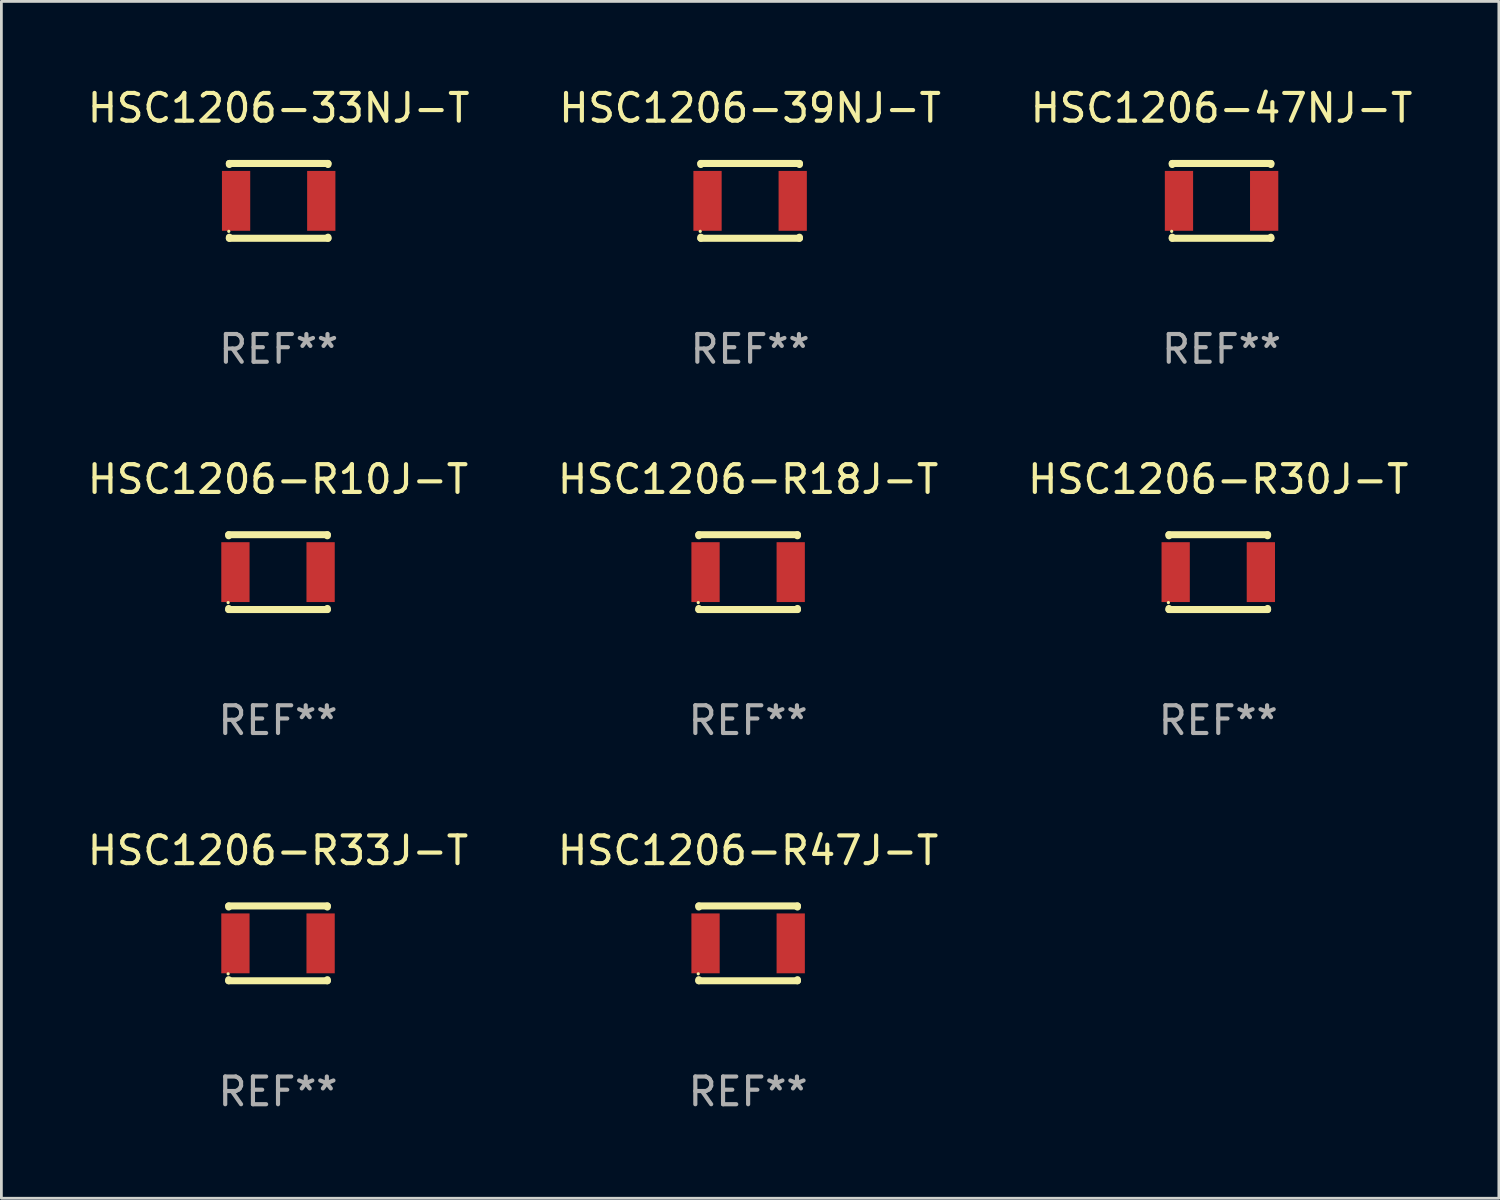
<source format=kicad_pcb>
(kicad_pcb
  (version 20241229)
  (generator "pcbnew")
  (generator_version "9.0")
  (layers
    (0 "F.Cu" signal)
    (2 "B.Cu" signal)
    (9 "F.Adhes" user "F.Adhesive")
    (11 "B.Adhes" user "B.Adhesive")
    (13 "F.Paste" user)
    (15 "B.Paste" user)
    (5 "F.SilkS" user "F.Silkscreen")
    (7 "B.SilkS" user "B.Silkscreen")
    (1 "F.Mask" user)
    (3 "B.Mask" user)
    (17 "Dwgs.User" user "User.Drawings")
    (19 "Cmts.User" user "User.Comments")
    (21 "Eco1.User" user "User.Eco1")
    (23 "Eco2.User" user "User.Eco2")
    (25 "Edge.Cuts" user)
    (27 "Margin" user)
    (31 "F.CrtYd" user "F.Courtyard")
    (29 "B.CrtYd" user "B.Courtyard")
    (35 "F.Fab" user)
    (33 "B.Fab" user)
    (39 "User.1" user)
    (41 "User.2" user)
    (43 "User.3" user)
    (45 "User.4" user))
  (footprint "HSC1206-39NJ-T"
    (layer "F.Cu")
    (at 24.018 4.198)
    (property "Reference" "HSC1206-39NJ-T" (at 0 -3.35 0) (layer "F.SilkS") (effects (font (size 1 1) (thickness 0.15))))
    (attr through_hole)
    (fp_line (start -1.78 -1.35) (end 1.78 -1.35) (stroke (width 0.254) (type solid)) (layer "F.SilkS"))
    (fp_line (start -1.78 -1.311) (end -1.78 -1.35) (stroke (width 0.254) (type solid)) (layer "F.SilkS"))
    (fp_line (start -1.78 1.35) (end -1.78 1.311) (stroke (width 0.254) (type solid)) (layer "F.SilkS"))
    (fp_line (start -1.78 1.35) (end 1.78 1.35) (stroke (width 0.254) (type solid)) (layer "F.SilkS"))
    (fp_line (start 1.78 -1.35) (end 1.78 -1.311) (stroke (width 0.254) (type solid)) (layer "F.SilkS"))
    (fp_line (start 1.78 1.311) (end 1.78 1.35) (stroke (width 0.254) (type solid)) (layer "F.SilkS"))
    (fp_circle (center -1.8 1.1) (end -1.77 1.1) (stroke (width 0.06) (type solid)) (fill no) (layer "F.SilkS"))
    (fp_text user "REF**" (at 0 5.35 0) (layer "F.Fab") (effects (font (size 1 1) (thickness 0.15))))
    (pad "1" smd rect (at -1.537 0 90) (size 2.16 1.02) (layers "F.Cu" "F.Mask" "F.Paste"))
    (pad "2" smd rect (at 1.537 0 90) (size 2.16 1.02) (layers "F.Cu" "F.Mask" "F.Paste")))
  (footprint "HSC1206-R18J-T"
    (layer "F.Cu")
    (at 23.946 17.595)
    (property "Reference" "HSC1206-R18J-T" (at 0 -3.35 0) (layer "F.SilkS") (effects (font (size 1 1) (thickness 0.15))))
    (attr through_hole)
    (fp_line (start -1.78 -1.35) (end 1.78 -1.35) (stroke (width 0.254) (type solid)) (layer "F.SilkS"))
    (fp_line (start -1.78 -1.311) (end -1.78 -1.35) (stroke (width 0.254) (type solid)) (layer "F.SilkS"))
    (fp_line (start -1.78 1.35) (end -1.78 1.311) (stroke (width 0.254) (type solid)) (layer "F.SilkS"))
    (fp_line (start -1.78 1.35) (end 1.78 1.35) (stroke (width 0.254) (type solid)) (layer "F.SilkS"))
    (fp_line (start 1.78 -1.35) (end 1.78 -1.311) (stroke (width 0.254) (type solid)) (layer "F.SilkS"))
    (fp_line (start 1.78 1.311) (end 1.78 1.35) (stroke (width 0.254) (type solid)) (layer "F.SilkS"))
    (fp_circle (center -1.8 1.1) (end -1.77 1.1) (stroke (width 0.06) (type solid)) (fill no) (layer "F.SilkS"))
    (fp_text user "REF**" (at 0 5.35 0) (layer "F.Fab") (effects (font (size 1 1) (thickness 0.15))))
    (pad "1" smd rect (at -1.537 0 90) (size 2.16 1.02) (layers "F.Cu" "F.Mask" "F.Paste"))
    (pad "2" smd rect (at 1.537 0 90) (size 2.16 1.02) (layers "F.Cu" "F.Mask" "F.Paste")))
  (footprint "HSC1206-R10J-T"
    (layer "F.Cu")
    (at 6.982 17.595)
    (property "Reference" "HSC1206-R10J-T" (at 0 -3.35 0) (layer "F.SilkS") (effects (font (size 1 1) (thickness 0.15))))
    (attr through_hole)
    (fp_line (start -1.78 -1.35) (end 1.78 -1.35) (stroke (width 0.254) (type solid)) (layer "F.SilkS"))
    (fp_line (start -1.78 -1.311) (end -1.78 -1.35) (stroke (width 0.254) (type solid)) (layer "F.SilkS"))
    (fp_line (start -1.78 1.35) (end -1.78 1.311) (stroke (width 0.254) (type solid)) (layer "F.SilkS"))
    (fp_line (start -1.78 1.35) (end 1.78 1.35) (stroke (width 0.254) (type solid)) (layer "F.SilkS"))
    (fp_line (start 1.78 -1.35) (end 1.78 -1.311) (stroke (width 0.254) (type solid)) (layer "F.SilkS"))
    (fp_line (start 1.78 1.311) (end 1.78 1.35) (stroke (width 0.254) (type solid)) (layer "F.SilkS"))
    (fp_circle (center -1.8 1.1) (end -1.77 1.1) (stroke (width 0.06) (type solid)) (fill no) (layer "F.SilkS"))
    (fp_text user "REF**" (at 0 5.35 0) (layer "F.Fab") (effects (font (size 1 1) (thickness 0.15))))
    (pad "1" smd rect (at -1.537 0 90) (size 2.16 1.02) (layers "F.Cu" "F.Mask" "F.Paste"))
    (pad "2" smd rect (at 1.537 0 90) (size 2.16 1.02) (layers "F.Cu" "F.Mask" "F.Paste")))
  (footprint "HSC1206-47NJ-T"
    (layer "F.Cu")
    (at 41.03 4.198)
    (property "Reference" "HSC1206-47NJ-T" (at 0 -3.35 0) (layer "F.SilkS") (effects (font (size 1 1) (thickness 0.15))))
    (attr through_hole)
    (fp_line (start -1.78 -1.35) (end 1.78 -1.35) (stroke (width 0.254) (type solid)) (layer "F.SilkS"))
    (fp_line (start -1.78 -1.311) (end -1.78 -1.35) (stroke (width 0.254) (type solid)) (layer "F.SilkS"))
    (fp_line (start -1.78 1.35) (end -1.78 1.311) (stroke (width 0.254) (type solid)) (layer "F.SilkS"))
    (fp_line (start -1.78 1.35) (end 1.78 1.35) (stroke (width 0.254) (type solid)) (layer "F.SilkS"))
    (fp_line (start 1.78 -1.35) (end 1.78 -1.311) (stroke (width 0.254) (type solid)) (layer "F.SilkS"))
    (fp_line (start 1.78 1.311) (end 1.78 1.35) (stroke (width 0.254) (type solid)) (layer "F.SilkS"))
    (fp_circle (center -1.8 1.1) (end -1.77 1.1) (stroke (width 0.06) (type solid)) (fill no) (layer "F.SilkS"))
    (fp_text user "REF**" (at 0 5.35 0) (layer "F.Fab") (effects (font (size 1 1) (thickness 0.15))))
    (pad "1" smd rect (at -1.537 0 90) (size 2.16 1.02) (layers "F.Cu" "F.Mask" "F.Paste"))
    (pad "2" smd rect (at 1.537 0 90) (size 2.16 1.02) (layers "F.Cu" "F.Mask" "F.Paste")))
  (footprint "HSC1206-33NJ-T"
    (layer "F.Cu")
    (at 7.006 4.198)
    (property "Reference" "HSC1206-33NJ-T" (at 0 -3.35 0) (layer "F.SilkS") (effects (font (size 1 1) (thickness 0.15))))
    (attr through_hole)
    (fp_line (start -1.78 -1.35) (end 1.78 -1.35) (stroke (width 0.254) (type solid)) (layer "F.SilkS"))
    (fp_line (start -1.78 -1.311) (end -1.78 -1.35) (stroke (width 0.254) (type solid)) (layer "F.SilkS"))
    (fp_line (start -1.78 1.35) (end -1.78 1.311) (stroke (width 0.254) (type solid)) (layer "F.SilkS"))
    (fp_line (start -1.78 1.35) (end 1.78 1.35) (stroke (width 0.254) (type solid)) (layer "F.SilkS"))
    (fp_line (start 1.78 -1.35) (end 1.78 -1.311) (stroke (width 0.254) (type solid)) (layer "F.SilkS"))
    (fp_line (start 1.78 1.311) (end 1.78 1.35) (stroke (width 0.254) (type solid)) (layer "F.SilkS"))
    (fp_circle (center -1.8 1.1) (end -1.77 1.1) (stroke (width 0.06) (type solid)) (fill no) (layer "F.SilkS"))
    (fp_text user "REF**" (at 0 5.35 0) (layer "F.Fab") (effects (font (size 1 1) (thickness 0.15))))
    (pad "1" smd rect (at -1.537 0 90) (size 2.16 1.02) (layers "F.Cu" "F.Mask" "F.Paste"))
    (pad "2" smd rect (at 1.537 0 90) (size 2.16 1.02) (layers "F.Cu" "F.Mask" "F.Paste")))
  (footprint "HSC1206-R33J-T"
    (layer "F.Cu")
    (at 6.982 30.991)
    (property "Reference" "HSC1206-R33J-T" (at 0 -3.35 0) (layer "F.SilkS") (effects (font (size 1 1) (thickness 0.15))))
    (attr through_hole)
    (fp_line (start -1.78 -1.35) (end 1.78 -1.35) (stroke (width 0.254) (type solid)) (layer "F.SilkS"))
    (fp_line (start -1.78 -1.311) (end -1.78 -1.35) (stroke (width 0.254) (type solid)) (layer "F.SilkS"))
    (fp_line (start -1.78 1.35) (end -1.78 1.311) (stroke (width 0.254) (type solid)) (layer "F.SilkS"))
    (fp_line (start -1.78 1.35) (end 1.78 1.35) (stroke (width 0.254) (type solid)) (layer "F.SilkS"))
    (fp_line (start 1.78 -1.35) (end 1.78 -1.311) (stroke (width 0.254) (type solid)) (layer "F.SilkS"))
    (fp_line (start 1.78 1.311) (end 1.78 1.35) (stroke (width 0.254) (type solid)) (layer "F.SilkS"))
    (fp_circle (center -1.8 1.1) (end -1.77 1.1) (stroke (width 0.06) (type solid)) (fill no) (layer "F.SilkS"))
    (fp_text user "REF**" (at 0 5.35 0) (layer "F.Fab") (effects (font (size 1 1) (thickness 0.15))))
    (pad "1" smd rect (at -1.537 0 90) (size 2.16 1.02) (layers "F.Cu" "F.Mask" "F.Paste"))
    (pad "2" smd rect (at 1.537 0 90) (size 2.16 1.02) (layers "F.Cu" "F.Mask" "F.Paste")))
  (footprint "HSC1206-R30J-T"
    (layer "F.Cu")
    (at 40.911 17.595)
    (property "Reference" "HSC1206-R30J-T" (at 0 -3.35 0) (layer "F.SilkS") (effects (font (size 1 1) (thickness 0.15))))
    (attr through_hole)
    (fp_line (start -1.78 -1.35) (end 1.78 -1.35) (stroke (width 0.254) (type solid)) (layer "F.SilkS"))
    (fp_line (start -1.78 -1.311) (end -1.78 -1.35) (stroke (width 0.254) (type solid)) (layer "F.SilkS"))
    (fp_line (start -1.78 1.35) (end -1.78 1.311) (stroke (width 0.254) (type solid)) (layer "F.SilkS"))
    (fp_line (start -1.78 1.35) (end 1.78 1.35) (stroke (width 0.254) (type solid)) (layer "F.SilkS"))
    (fp_line (start 1.78 -1.35) (end 1.78 -1.311) (stroke (width 0.254) (type solid)) (layer "F.SilkS"))
    (fp_line (start 1.78 1.311) (end 1.78 1.35) (stroke (width 0.254) (type solid)) (layer "F.SilkS"))
    (fp_circle (center -1.8 1.1) (end -1.77 1.1) (stroke (width 0.06) (type solid)) (fill no) (layer "F.SilkS"))
    (fp_text user "REF**" (at 0 5.35 0) (layer "F.Fab") (effects (font (size 1 1) (thickness 0.15))))
    (pad "1" smd rect (at -1.537 0 90) (size 2.16 1.02) (layers "F.Cu" "F.Mask" "F.Paste"))
    (pad "2" smd rect (at 1.537 0 90) (size 2.16 1.02) (layers "F.Cu" "F.Mask" "F.Paste")))
  (footprint "HSC1206-R47J-T"
    (layer "F.Cu")
    (at 23.946 30.991)
    (property "Reference" "HSC1206-R47J-T" (at 0 -3.35 0) (layer "F.SilkS") (effects (font (size 1 1) (thickness 0.15))))
    (attr through_hole)
    (fp_line (start -1.78 -1.35) (end 1.78 -1.35) (stroke (width 0.254) (type solid)) (layer "F.SilkS"))
    (fp_line (start -1.78 -1.311) (end -1.78 -1.35) (stroke (width 0.254) (type solid)) (layer "F.SilkS"))
    (fp_line (start -1.78 1.35) (end -1.78 1.311) (stroke (width 0.254) (type solid)) (layer "F.SilkS"))
    (fp_line (start -1.78 1.35) (end 1.78 1.35) (stroke (width 0.254) (type solid)) (layer "F.SilkS"))
    (fp_line (start 1.78 -1.35) (end 1.78 -1.311) (stroke (width 0.254) (type solid)) (layer "F.SilkS"))
    (fp_line (start 1.78 1.311) (end 1.78 1.35) (stroke (width 0.254) (type solid)) (layer "F.SilkS"))
    (fp_circle (center -1.8 1.1) (end -1.77 1.1) (stroke (width 0.06) (type solid)) (fill no) (layer "F.SilkS"))
    (fp_text user "REF**" (at 0 5.35 0) (layer "F.Fab") (effects (font (size 1 1) (thickness 0.15))))
    (pad "1" smd rect (at -1.537 0 90) (size 2.16 1.02) (layers "F.Cu" "F.Mask" "F.Paste"))
    (pad "2" smd rect (at 1.537 0 90) (size 2.16 1.02) (layers "F.Cu" "F.Mask" "F.Paste")))
  (gr_rect
    (start -3 -3)
    (end 51.036 40.19)
    (stroke (width 0.1) (type default))
    (fill no)
    (layer "Edge.Cuts")))
</source>
